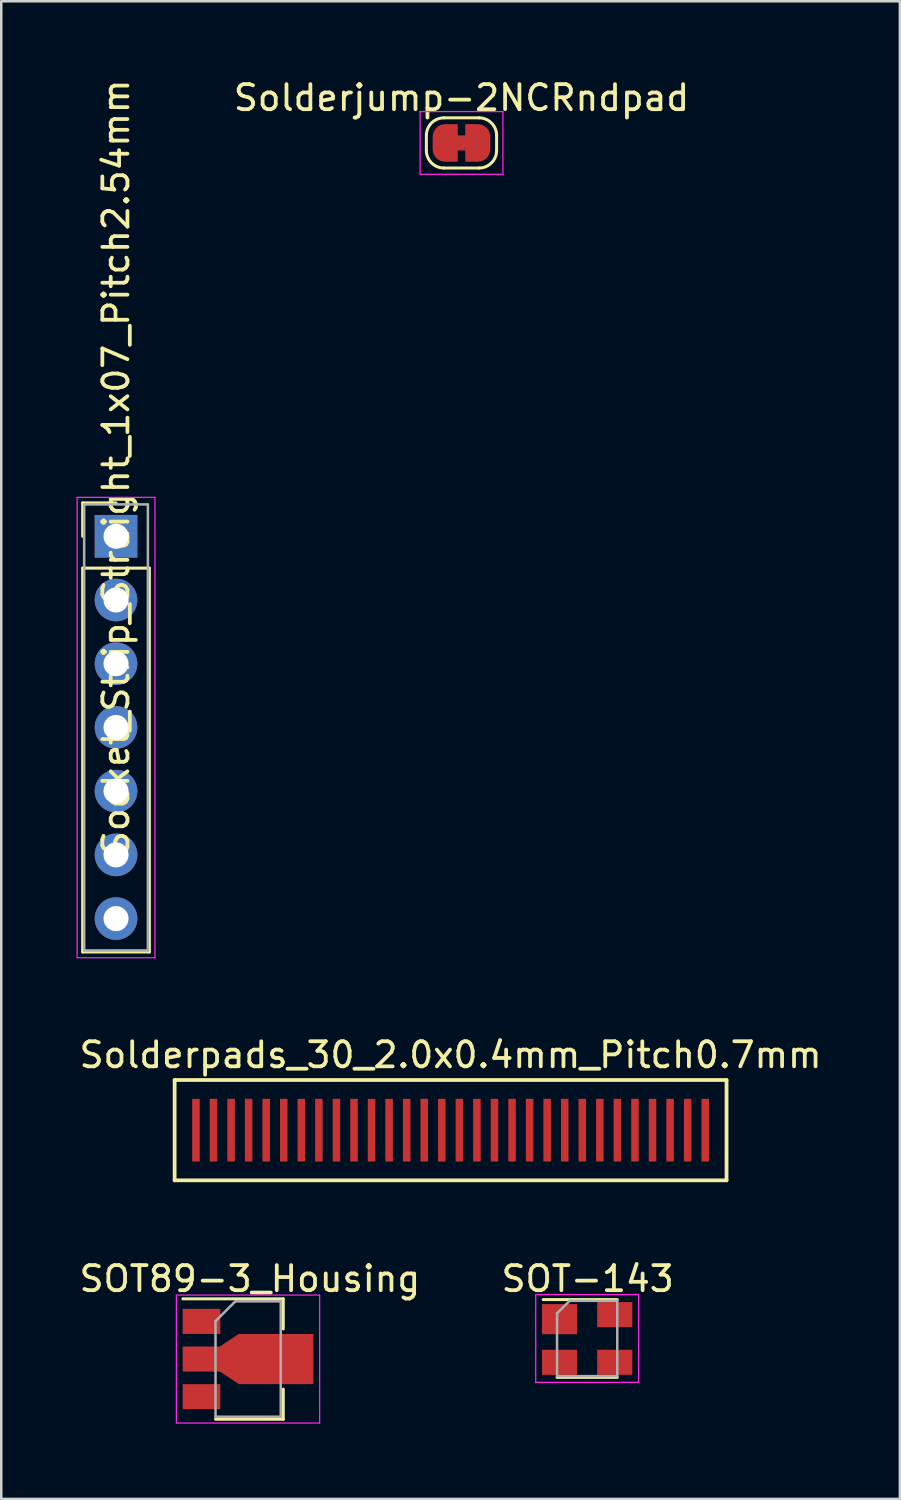
<source format=kicad_pcb>
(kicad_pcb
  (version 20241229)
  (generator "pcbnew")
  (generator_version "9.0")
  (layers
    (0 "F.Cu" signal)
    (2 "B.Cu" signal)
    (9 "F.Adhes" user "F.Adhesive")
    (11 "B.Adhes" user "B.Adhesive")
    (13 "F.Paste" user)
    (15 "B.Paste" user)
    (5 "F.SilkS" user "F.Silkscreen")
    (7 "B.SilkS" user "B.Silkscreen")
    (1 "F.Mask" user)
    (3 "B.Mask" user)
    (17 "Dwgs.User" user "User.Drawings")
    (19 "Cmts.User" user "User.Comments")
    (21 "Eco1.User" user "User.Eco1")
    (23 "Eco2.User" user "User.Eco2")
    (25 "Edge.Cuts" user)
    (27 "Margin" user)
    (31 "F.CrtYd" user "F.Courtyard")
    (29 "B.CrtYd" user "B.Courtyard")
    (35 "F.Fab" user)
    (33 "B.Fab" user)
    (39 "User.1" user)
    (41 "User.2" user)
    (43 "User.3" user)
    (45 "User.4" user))
  (footprint "SOT89-3_Housing"
    (layer "F.Cu")
    (at 6.461 51.124)
    (property "Reference" "SOT89-3_Housing" (at 0.45 -3.2 0) (layer "F.SilkS") (effects (font (size 1 1) (thickness 0.15))))
    (attr smd)
    (fp_line (start -2.22 -2.4) (end 1.78 -2.4) (stroke (width 0.12) (type solid)) (layer "F.SilkS"))
    (fp_line (start 1.78 -2.4) (end 1.78 -1.2) (stroke (width 0.12) (type solid)) (layer "F.SilkS"))
    (fp_line (start 1.78 1.2) (end 1.78 2.4) (stroke (width 0.12) (type solid)) (layer "F.SilkS"))
    (fp_line (start 1.78 2.4) (end -0.92 2.4) (stroke (width 0.12) (type solid)) (layer "F.SilkS"))
    (fp_line (start -2.48 2.55) (end -2.48 -2.55) (stroke (width 0.05) (type solid)) (layer "F.CrtYd"))
    (fp_line (start -2.48 2.55) (end 3.23 2.55) (stroke (width 0.05) (type solid)) (layer "F.CrtYd"))
    (fp_line (start 3.23 -2.55) (end -2.48 -2.55) (stroke (width 0.05) (type solid)) (layer "F.CrtYd"))
    (fp_line (start 3.23 -2.55) (end 3.23 2.55) (stroke (width 0.05) (type solid)) (layer "F.CrtYd"))
    (fp_line (start -0.92 -1.51) (end -0.13 -2.3) (stroke (width 0.1) (type solid)) (layer "F.Fab"))
    (fp_line (start -0.92 2.3) (end -0.92 -1.51) (stroke (width 0.1) (type solid)) (layer "F.Fab"))
    (fp_line (start -0.13 -2.3) (end 1.68 -2.3) (stroke (width 0.1) (type solid)) (layer "F.Fab"))
    (fp_line (start 1.68 -2.3) (end 1.68 2.3) (stroke (width 0.1) (type solid)) (layer "F.Fab"))
    (fp_line (start 1.68 2.3) (end -0.92 2.3) (stroke (width 0.1) (type solid)) (layer "F.Fab"))
    (pad "1" smd rect (at -1.48 -1.5 270) (size 1 1.5) (layers "F.Cu" "F.Mask" "F.Paste"))
    (pad "2" smd rect (at -1.48 0 270) (size 1 1.5) (layers "F.Cu" "F.Mask" "F.Paste"))
    (pad "2" smd trapezoid (at -0.37 0 90) (size 1.5 0.75) (rect_delta 0 0.5) (layers "F.Cu" "F.Mask" "F.Paste"))
    (pad "2" smd rect (at 1.48 0 270) (size 2 3) (layers "F.Cu" "F.Mask" "F.Paste"))
    (pad "3" smd rect (at -1.48 1.5 270) (size 1 1.5) (layers "F.Cu" "F.Mask" "F.Paste")))
  (footprint "Solderpads_30_2.0x0.4mm_Pitch0.7mm"
    (layer "F.Cu")
    (at 14.911 42.001)
    (property "Reference" "Solderpads_30_2.0x0.4mm_Pitch0.7mm" (at 0 -3 0) (layer "F.SilkS") (effects (font (size 1 1) (thickness 0.15))))
    (attr smd)
    (fp_line (start -11 -2) (end 11 -2) (stroke (width 0.15) (type solid)) (layer "F.SilkS"))
    (fp_line (start -11 2) (end -11 -2) (stroke (width 0.15) (type solid)) (layer "F.SilkS"))
    (fp_line (start 11 -2) (end 11 2) (stroke (width 0.15) (type solid)) (layer "F.SilkS"))
    (fp_line (start 11 2) (end -11 2) (stroke (width 0.15) (type solid)) (layer "F.SilkS"))
    (pad "1" smd rect (at -10.15 0) (size 0.3 2.5) (layers "F.Cu" "F.Mask" "F.Paste"))
    (pad "2" smd rect (at -9.45 0) (size 0.3 2.5) (layers "F.Cu" "F.Mask" "F.Paste"))
    (pad "3" smd rect (at -8.75 0) (size 0.3 2.5) (layers "F.Cu" "F.Mask" "F.Paste"))
    (pad "4" smd rect (at -8.05 0) (size 0.3 2.5) (layers "F.Cu" "F.Mask" "F.Paste"))
    (pad "5" smd rect (at -7.35 0) (size 0.3 2.5) (layers "F.Cu" "F.Mask" "F.Paste"))
    (pad "6" smd rect (at -6.65 0) (size 0.3 2.5) (layers "F.Cu" "F.Mask" "F.Paste"))
    (pad "7" smd rect (at -5.95 0) (size 0.3 2.5) (layers "F.Cu" "F.Mask" "F.Paste"))
    (pad "8" smd rect (at -5.25 0) (size 0.3 2.5) (layers "F.Cu" "F.Mask" "F.Paste"))
    (pad "9" smd rect (at -4.55 0) (size 0.3 2.5) (layers "F.Cu" "F.Mask" "F.Paste"))
    (pad "10" smd rect (at -3.85 0) (size 0.3 2.5) (layers "F.Cu" "F.Mask" "F.Paste"))
    (pad "11" smd rect (at -3.15 0) (size 0.3 2.5) (layers "F.Cu" "F.Mask" "F.Paste"))
    (pad "12" smd rect (at -2.45 0) (size 0.3 2.5) (layers "F.Cu" "F.Mask" "F.Paste"))
    (pad "13" smd rect (at -1.75 0) (size 0.3 2.5) (layers "F.Cu" "F.Mask" "F.Paste"))
    (pad "14" smd rect (at -1.05 0) (size 0.3 2.5) (layers "F.Cu" "F.Mask" "F.Paste"))
    (pad "15" smd rect (at -0.35 0) (size 0.3 2.5) (layers "F.Cu" "F.Mask" "F.Paste"))
    (pad "16" smd rect (at 0.35 0) (size 0.3 2.5) (layers "F.Cu" "F.Mask" "F.Paste"))
    (pad "17" smd rect (at 1.05 0) (size 0.3 2.5) (layers "F.Cu" "F.Mask" "F.Paste"))
    (pad "18" smd rect (at 1.75 0) (size 0.3 2.5) (layers "F.Cu" "F.Mask" "F.Paste"))
    (pad "19" smd rect (at 2.45 0) (size 0.3 2.5) (layers "F.Cu" "F.Mask" "F.Paste"))
    (pad "20" smd rect (at 3.15 0) (size 0.3 2.5) (layers "F.Cu" "F.Mask" "F.Paste"))
    (pad "21" smd rect (at 3.85 0) (size 0.3 2.5) (layers "F.Cu" "F.Mask" "F.Paste"))
    (pad "22" smd rect (at 4.55 0) (size 0.3 2.5) (layers "F.Cu" "F.Mask" "F.Paste"))
    (pad "23" smd rect (at 5.25 0) (size 0.3 2.5) (layers "F.Cu" "F.Mask" "F.Paste"))
    (pad "24" smd rect (at 5.95 0) (size 0.3 2.5) (layers "F.Cu" "F.Mask" "F.Paste"))
    (pad "25" smd rect (at 6.65 0) (size 0.3 2.5) (layers "F.Cu" "F.Mask" "F.Paste"))
    (pad "26" smd rect (at 7.35 0) (size 0.3 2.5) (layers "F.Cu" "F.Mask" "F.Paste"))
    (pad "27" smd rect (at 8.05 0) (size 0.3 2.5) (layers "F.Cu" "F.Mask" "F.Paste"))
    (pad "28" smd rect (at 8.75 0) (size 0.3 2.5) (layers "F.Cu" "F.Mask" "F.Paste"))
    (pad "29" smd rect (at 9.45 0) (size 0.3 2.5) (layers "F.Cu" "F.Mask" "F.Paste"))
    (pad "30" smd rect (at 10.15 0) (size 0.3 2.5) (layers "F.Cu" "F.Mask" "F.Paste")))
  (footprint "Solderjump-2NCRndpad"
    (layer "F.Cu")
    (at 15.346 2.648)
    (property "Reference" "Solderjump-2NCRndpad" (at 0 -1.8 0) (layer "F.SilkS") (effects (font (size 1 1) (thickness 0.15))))
    (attr exclude_from_pos_files exclude_from_bom)
    (fp_line (start -1.4 0.3) (end -1.4 -0.3) (stroke (width 0.12) (type solid)) (layer "F.SilkS"))
    (fp_line (start -0.7 -1) (end 0.7 -1) (stroke (width 0.12) (type solid)) (layer "F.SilkS"))
    (fp_line (start 0.7 1) (end -0.7 1) (stroke (width 0.12) (type solid)) (layer "F.SilkS"))
    (fp_line (start 1.4 -0.3) (end 1.4 0.3) (stroke (width 0.12) (type solid)) (layer "F.SilkS"))
    (fp_arc (start -1.4 -0.3) (mid -1.194975 -0.794975) (end -0.7 -1) (stroke (width 0.12) (type solid)) (layer "F.SilkS"))
    (fp_arc (start -0.7 1) (mid -1.194975 0.794975) (end -1.4 0.3) (stroke (width 0.12) (type solid)) (layer "F.SilkS"))
    (fp_arc (start 0.7 -1) (mid 1.194975 -0.794975) (end 1.4 -0.3) (stroke (width 0.12) (type solid)) (layer "F.SilkS"))
    (fp_arc (start 1.4 0.3) (mid 1.194975 0.794975) (end 0.7 1) (stroke (width 0.12) (type solid)) (layer "F.SilkS"))
    (fp_line (start -1.65 -1.25) (end -1.65 1.25) (stroke (width 0.05) (type solid)) (layer "F.CrtYd"))
    (fp_line (start -1.65 -1.25) (end 1.65 -1.25) (stroke (width 0.05) (type solid)) (layer "F.CrtYd"))
    (fp_line (start 1.65 1.25) (end -1.65 1.25) (stroke (width 0.05) (type solid)) (layer "F.CrtYd"))
    (fp_line (start 1.65 1.25) (end 1.65 -1.25) (stroke (width 0.05) (type solid)) (layer "F.CrtYd"))
    (pad "1" smd custom (at -0.65 0) (size 1 0.5) (layers "F.Cu" "F.Mask") (options (anchor rect)) (primitives (gr_circle (center 0 0.25) (end 0.5 0.25) (width 0) (fill yes)) (gr_circle (center 0 -0.25) (end 0.5 -0.25) (width 0) (fill yes)) (gr_poly (pts (xy 0 -0.75) (xy 0.5 -0.75) (xy 0.5 0.75) (xy 0 0.75)) (width 0) (fill yes)) (gr_poly (pts (xy 0.9 -0.3) (xy 0.4 -0.3) (xy 0.4 0.3) (xy 0.9 0.3)) (width 0) (fill yes))))
    (pad "2" smd custom (at 0.65 0) (size 1 0.5) (layers "F.Cu" "F.Mask") (options (anchor rect)) (primitives (gr_circle (center 0 0.25) (end 0.5 0.25) (width 0) (fill yes)) (gr_circle (center 0 -0.25) (end 0.5 -0.25) (width 0) (fill yes)) (gr_poly (pts (xy 0 -0.75) (xy -0.5 -0.75) (xy -0.5 0.75) (xy 0 0.75)) (width 0) (fill yes)))))
  (footprint "SOT-143"
    (layer "F.Cu")
    (at 20.355 50.304)
    (property "Reference" "SOT-143" (at 0.02 -2.38 0) (layer "F.SilkS") (effects (font (size 1 1) (thickness 0.15))))
    (attr smd)
    (fp_line (start -1.2 1.55) (end 1.2 1.55) (stroke (width 0.12) (type solid)) (layer "F.SilkS"))
    (fp_line (start 1.2 -1.55) (end -1.75 -1.55) (stroke (width 0.12) (type solid)) (layer "F.SilkS"))
    (fp_line (start -2.05 1.75) (end -2.05 -1.75) (stroke (width 0.05) (type solid)) (layer "F.CrtYd"))
    (fp_line (start -2.05 1.75) (end 2.05 1.75) (stroke (width 0.05) (type solid)) (layer "F.CrtYd"))
    (fp_line (start 2.05 -1.75) (end -2.05 -1.75) (stroke (width 0.05) (type solid)) (layer "F.CrtYd"))
    (fp_line (start 2.05 -1.75) (end 2.05 1.75) (stroke (width 0.05) (type solid)) (layer "F.CrtYd"))
    (fp_line (start -1.2 -1) (end -0.7 -1.5) (stroke (width 0.1) (type solid)) (layer "F.Fab"))
    (fp_line (start -1.2 1.5) (end -1.2 -1) (stroke (width 0.1) (type solid)) (layer "F.Fab"))
    (fp_line (start -0.7 -1.5) (end 1.2 -1.5) (stroke (width 0.1) (type solid)) (layer "F.Fab"))
    (fp_line (start 1.2 -1.5) (end 1.2 1.5) (stroke (width 0.1) (type solid)) (layer "F.Fab"))
    (fp_line (start 1.2 1.5) (end -1.2 1.5) (stroke (width 0.1) (type solid)) (layer "F.Fab"))
    (pad "1" smd rect (at -1.1 -0.77 270) (size 1.2 1.4) (layers "F.Cu" "F.Mask" "F.Paste"))
    (pad "2" smd rect (at -1.1 0.95 270) (size 1 1.4) (layers "F.Cu" "F.Mask" "F.Paste"))
    (pad "3" smd rect (at 1.1 0.95 270) (size 1 1.4) (layers "F.Cu" "F.Mask" "F.Paste"))
    (pad "4" smd rect (at 1.1 -0.95 270) (size 1 1.4) (layers "F.Cu" "F.Mask" "F.Paste")))
  (footprint "Socket_Strip_Straight_1x07_Pitch2.54mm"
    (layer "F.Cu")
    (at 1.575 18.327)
    (property "Reference" "Socket_Strip_Straight_1x07_Pitch2.54mm" (at 0 -2.75 90) (layer "F.SilkS") (effects (font (size 1 1) (thickness 0.15))))
    (attr through_hole)
    (fp_line (start -1.33 -1.33) (end 0 -1.33) (stroke (width 0.12) (type solid)) (layer "F.SilkS"))
    (fp_line (start -1.33 0) (end -1.33 -1.33) (stroke (width 0.12) (type solid)) (layer "F.SilkS"))
    (fp_line (start -1.33 1.27) (end -1.33 16.57) (stroke (width 0.12) (type solid)) (layer "F.SilkS"))
    (fp_line (start -1.33 16.57) (end 1.33 16.57) (stroke (width 0.12) (type solid)) (layer "F.SilkS"))
    (fp_line (start 1.33 1.27) (end -1.33 1.27) (stroke (width 0.12) (type solid)) (layer "F.SilkS"))
    (fp_line (start 1.33 16.57) (end 1.33 1.27) (stroke (width 0.12) (type solid)) (layer "F.SilkS"))
    (fp_line (start -1.55 -1.55) (end -1.55 16.8) (stroke (width 0.05) (type solid)) (layer "F.CrtYd"))
    (fp_line (start -1.55 16.8) (end 1.55 16.8) (stroke (width 0.05) (type solid)) (layer "F.CrtYd"))
    (fp_line (start 1.55 -1.55) (end -1.55 -1.55) (stroke (width 0.05) (type solid)) (layer "F.CrtYd"))
    (fp_line (start 1.55 16.8) (end 1.55 -1.55) (stroke (width 0.05) (type solid)) (layer "F.CrtYd"))
    (fp_line (start -1.27 -1.27) (end -1.27 16.51) (stroke (width 0.1) (type solid)) (layer "F.Fab"))
    (fp_line (start -1.27 16.51) (end 1.27 16.51) (stroke (width 0.1) (type solid)) (layer "F.Fab"))
    (fp_line (start 1.27 -1.27) (end -1.27 -1.27) (stroke (width 0.1) (type solid)) (layer "F.Fab"))
    (fp_line (start 1.27 16.51) (end 1.27 -1.27) (stroke (width 0.1) (type solid)) (layer "F.Fab"))
    (pad "1" thru_hole rect (at 0 0) (size 1.7 1.7) (drill 1) (layers "*.Cu" "*.Mask"))
    (pad "2" thru_hole oval (at 0 2.54) (size 1.7 1.7) (drill 1) (layers "*.Cu" "*.Mask"))
    (pad "3" thru_hole oval (at 0 5.08) (size 1.7 1.7) (drill 1) (layers "*.Cu" "*.Mask"))
    (pad "4" thru_hole oval (at 0 7.62) (size 1.7 1.7) (drill 1) (layers "*.Cu" "*.Mask"))
    (pad "5" thru_hole oval (at 0 10.16) (size 1.7 1.7) (drill 1) (layers "*.Cu" "*.Mask"))
    (pad "6" thru_hole oval (at 0 12.7) (size 1.7 1.7) (drill 1) (layers "*.Cu" "*.Mask"))
    (pad "7" thru_hole oval (at 0 15.24) (size 1.7 1.7) (drill 1) (layers "*.Cu" "*.Mask")))
  (gr_rect
    (start -3 -3)
    (end 32.821 56.699)
    (stroke (width 0.1) (type default))
    (fill no)
    (layer "Edge.Cuts")))
</source>
